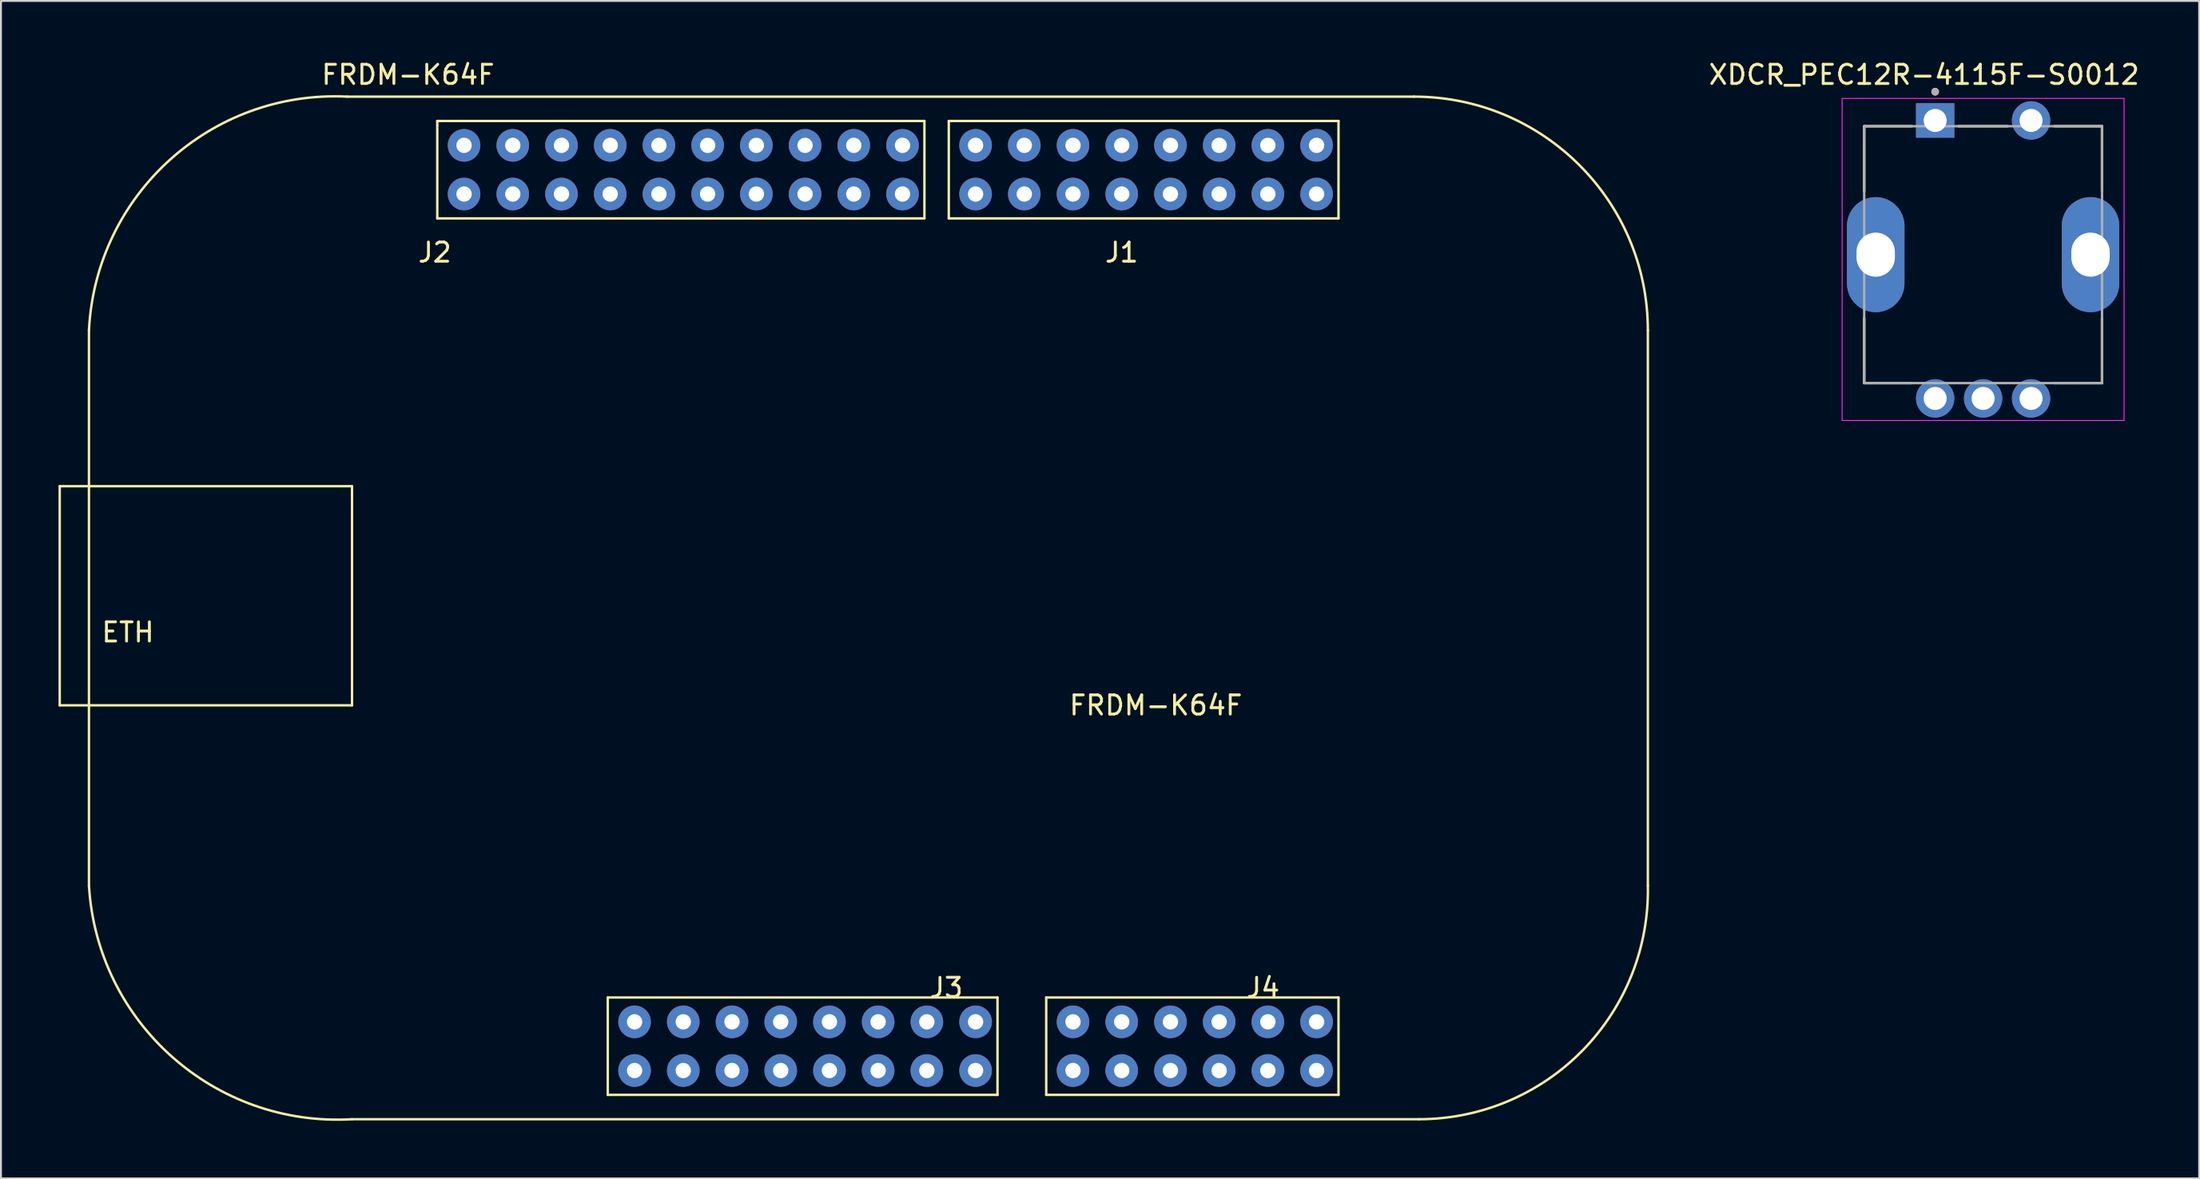
<source format=kicad_pcb>
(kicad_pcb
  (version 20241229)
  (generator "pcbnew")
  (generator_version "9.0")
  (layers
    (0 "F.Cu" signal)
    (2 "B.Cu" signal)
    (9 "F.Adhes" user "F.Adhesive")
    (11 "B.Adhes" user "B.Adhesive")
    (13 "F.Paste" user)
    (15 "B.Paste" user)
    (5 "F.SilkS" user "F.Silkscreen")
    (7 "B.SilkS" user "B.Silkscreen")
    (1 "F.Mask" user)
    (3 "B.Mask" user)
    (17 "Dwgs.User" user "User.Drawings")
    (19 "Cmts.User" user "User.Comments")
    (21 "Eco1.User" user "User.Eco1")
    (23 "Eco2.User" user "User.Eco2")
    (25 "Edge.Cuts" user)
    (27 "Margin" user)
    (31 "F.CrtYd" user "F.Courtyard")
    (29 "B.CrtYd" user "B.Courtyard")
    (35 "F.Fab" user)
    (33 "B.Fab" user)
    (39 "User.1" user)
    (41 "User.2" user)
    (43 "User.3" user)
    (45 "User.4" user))
  (footprint "XDCR_PEC12R-4115F-S0012"
    (layer "F.Cu")
    (at 100.348 10.233)
    (property "Reference" "XDCR_PEC12R-4115F-S0012" (at -3.075 -9.385 0) (layer "F.SilkS") (effects (font (size 1 1) (thickness 0.15))))
    (attr through_hole)
    (fp_line (start -6.2 -6.7) (end -3.72 -6.7) (stroke (width 0.127) (type solid)) (layer "F.SilkS"))
    (fp_line (start -6.2 -3.32) (end -6.2 -6.7) (stroke (width 0.127) (type solid)) (layer "F.SilkS"))
    (fp_line (start -6.2 6.7) (end -6.2 3.32) (stroke (width 0.127) (type solid)) (layer "F.SilkS"))
    (fp_line (start -3.72 6.7) (end -6.2 6.7) (stroke (width 0.127) (type solid)) (layer "F.SilkS"))
    (fp_line (start -1.28 -6.7) (end 1.28 -6.7) (stroke (width 0.127) (type solid)) (layer "F.SilkS"))
    (fp_line (start 3.72 -6.7) (end 6.2 -6.7) (stroke (width 0.127) (type solid)) (layer "F.SilkS"))
    (fp_line (start 6.2 -6.7) (end 6.2 -3.32) (stroke (width 0.127) (type solid)) (layer "F.SilkS"))
    (fp_line (start 6.2 6.7) (end 3.72 6.7) (stroke (width 0.127) (type solid)) (layer "F.SilkS"))
    (fp_line (start 6.2 6.7) (end 6.2 3.32) (stroke (width 0.127) (type solid)) (layer "F.SilkS"))
    (fp_circle (center -2.5 -8.5) (end -2.4 -8.5) (stroke (width 0.2) (type solid)) (fill no) (layer "F.SilkS"))
    (fp_line (start -7.35 -8.15) (end -7.35 8.65) (stroke (width 0.05) (type solid)) (layer "F.CrtYd"))
    (fp_line (start -7.35 8.65) (end 7.35 8.65) (stroke (width 0.05) (type solid)) (layer "F.CrtYd"))
    (fp_line (start 7.35 -8.15) (end -7.35 -8.15) (stroke (width 0.05) (type solid)) (layer "F.CrtYd"))
    (fp_line (start 7.35 8.65) (end 7.35 -8.15) (stroke (width 0.05) (type solid)) (layer "F.CrtYd"))
    (fp_line (start -6.2 -6.7) (end 6.2 -6.7) (stroke (width 0.127) (type solid)) (layer "F.Fab"))
    (fp_line (start -6.2 6.7) (end -6.2 -6.7) (stroke (width 0.127) (type solid)) (layer "F.Fab"))
    (fp_line (start 6.2 -6.7) (end 6.2 6.7) (stroke (width 0.127) (type solid)) (layer "F.Fab"))
    (fp_line (start 6.2 6.7) (end -6.2 6.7) (stroke (width 0.127) (type solid)) (layer "F.Fab"))
    (fp_circle (center -2.5 -8.5) (end -2.4 -8.5) (stroke (width 0.2) (type solid)) (fill no) (layer "F.Fab"))
    (pad "A" thru_hole circle (at -2.5 7.5) (size 2 2) (drill 1.2) (layers "*.Cu" "*.Mask"))
    (pad "B" thru_hole circle (at 2.5 7.5) (size 2 2) (drill 1.2) (layers "*.Cu" "*.Mask"))
    (pad "C" thru_hole circle (at 0 7.5) (size 2 2) (drill 1.2) (layers "*.Cu" "*.Mask"))
    (pad "S1" thru_hole rect (at -2.5 -7) (size 2 1.8) (drill 1.2) (layers "*.Cu" "*.Mask"))
    (pad "S2" thru_hole circle (at 2.5 -7) (size 2 2) (drill 1.2) (layers "*.Cu" "*.Mask"))
    (pad "SH1" thru_hole oval (at -5.6 0) (size 3 6) (drill oval 2 2.3) (layers "*.Cu" "*.Mask"))
    (pad "SH2" thru_hole oval (at 5.6 0) (size 3 6) (drill oval 2 2.3) (layers "*.Cu" "*.Mask")))
  (footprint "FRDM-K64F"
    (layer "F.Cu")
    (at 41.974 28.661)
    (property "Reference" "FRDM-K64F" (at -23.749 -27.813 0) (layer "F.SilkS") (effects (font (size 1 1) (thickness 0.15))))
    (attr through_hole)
    (fp_line (start -41.91 -6.35) (end -41.91 5.08) (stroke (width 0.127) (type solid)) (layer "F.SilkS"))
    (fp_line (start -41.91 5.08) (end -26.67 5.08) (stroke (width 0.127) (type solid)) (layer "F.SilkS"))
    (fp_line (start -40.386 -14.478) (end -40.386 14.478) (stroke (width 0.127) (type solid)) (layer "F.SilkS"))
    (fp_line (start -26.67 -6.35) (end -41.91 -6.35) (stroke (width 0.127) (type solid)) (layer "F.SilkS"))
    (fp_line (start -26.67 5.08) (end -26.67 -6.35) (stroke (width 0.127) (type solid)) (layer "F.SilkS"))
    (fp_line (start -26.67 26.67) (end 28.956 26.67) (stroke (width 0.127) (type solid)) (layer "F.SilkS"))
    (fp_line (start -22.225 -25.4) (end 3.175 -25.4) (stroke (width 0.127) (type solid)) (layer "F.SilkS"))
    (fp_line (start -22.225 -20.32) (end -22.225 -25.4) (stroke (width 0.127) (type solid)) (layer "F.SilkS"))
    (fp_line (start -13.335 20.32) (end 6.985 20.32) (stroke (width 0.127) (type solid)) (layer "F.SilkS"))
    (fp_line (start -13.335 25.4) (end -13.335 20.32) (stroke (width 0.127) (type solid)) (layer "F.SilkS"))
    (fp_line (start 3.175 -25.4) (end 3.175 -20.32) (stroke (width 0.127) (type solid)) (layer "F.SilkS"))
    (fp_line (start 3.175 -20.32) (end -22.225 -20.32) (stroke (width 0.127) (type solid)) (layer "F.SilkS"))
    (fp_line (start 4.445 -25.4) (end 24.765 -25.4) (stroke (width 0.127) (type solid)) (layer "F.SilkS"))
    (fp_line (start 4.445 -20.32) (end 4.445 -25.4) (stroke (width 0.127) (type solid)) (layer "F.SilkS"))
    (fp_line (start 6.985 20.32) (end 6.985 25.4) (stroke (width 0.127) (type solid)) (layer "F.SilkS"))
    (fp_line (start 6.985 25.4) (end -13.335 25.4) (stroke (width 0.127) (type solid)) (layer "F.SilkS"))
    (fp_line (start 9.525 20.32) (end 24.765 20.32) (stroke (width 0.127) (type solid)) (layer "F.SilkS"))
    (fp_line (start 9.525 25.4) (end 9.525 20.32) (stroke (width 0.127) (type solid)) (layer "F.SilkS"))
    (fp_line (start 24.765 -25.4) (end 24.765 -20.32) (stroke (width 0.127) (type solid)) (layer "F.SilkS"))
    (fp_line (start 24.765 -20.32) (end 4.445 -20.32) (stroke (width 0.127) (type solid)) (layer "F.SilkS"))
    (fp_line (start 24.765 20.32) (end 24.765 25.4) (stroke (width 0.127) (type solid)) (layer "F.SilkS"))
    (fp_line (start 24.765 25.4) (end 9.525 25.4) (stroke (width 0.127) (type solid)) (layer "F.SilkS"))
    (fp_line (start 28.702 -26.67) (end -26.924 -26.67) (stroke (width 0.127) (type solid)) (layer "F.SilkS"))
    (fp_line (start 40.894 14.478) (end 40.894 -14.478) (stroke (width 0.127) (type solid)) (layer "F.SilkS"))
    (fp_arc (start -40.386 -14.478) (mid -36.180046 -23.362071) (end -26.924 -26.67) (stroke (width 0.127) (type solid)) (layer "F.SilkS"))
    (fp_arc (start -26.67 26.67) (mid -36.053046 23.414677) (end -40.386 14.478) (stroke (width 0.127) (type solid)) (layer "F.SilkS"))
    (fp_arc (start 28.702 -26.67) (mid 37.323046 -23.099046) (end 40.894 -14.478) (stroke (width 0.127) (type solid)) (layer "F.SilkS"))
    (fp_arc (start 40.894 14.478) (mid 37.487717 23.083327) (end 28.956 26.67) (stroke (width 0.127) (type solid)) (layer "F.SilkS"))
    (fp_text user "ETH" (at -38.354 1.27 0) (layer "F.SilkS") (effects (font (size 1 1) (thickness 0.15))))
    (fp_text user "FRDM-K64F" (at 15.24 5.08 0) (layer "F.SilkS") (effects (font (size 1 1) (thickness 0.15))))
    (fp_text user "J2" (at -22.352 -18.542 0) (layer "F.SilkS") (effects (font (size 1 1) (thickness 0.15))))
    (fp_text user "J4" (at 20.828 19.812 0) (layer "F.SilkS") (effects (font (size 1 1) (thickness 0.15))))
    (fp_text user "J1" (at 13.462 -18.542 0) (layer "F.SilkS") (effects (font (size 1 1) (thickness 0.15))))
    (fp_text user "J3" (at 4.318 19.812 0) (layer "F.SilkS") (effects (font (size 1 1) (thickness 0.15))))
    (pad "J1-1" thru_hole circle (at 23.622 -21.59) (size 1.7 1.7) (drill 0.8) (layers "*.Cu" "*.Mask"))
    (pad "J1-2" thru_hole circle (at 23.622 -24.13) (size 1.7 1.7) (drill 0.8) (layers "*.Cu" "*.Mask"))
    (pad "J1-3" thru_hole circle (at 21.082 -21.59) (size 1.7 1.7) (drill 0.8) (layers "*.Cu" "*.Mask"))
    (pad "J1-4" thru_hole circle (at 21.082 -24.13) (size 1.7 1.7) (drill 0.8) (layers "*.Cu" "*.Mask"))
    (pad "J1-5" thru_hole circle (at 18.542 -21.59) (size 1.7 1.7) (drill 0.8) (layers "*.Cu" "*.Mask"))
    (pad "J1-6" thru_hole circle (at 18.542 -24.13) (size 1.7 1.7) (drill 0.8) (layers "*.Cu" "*.Mask"))
    (pad "J1-7" thru_hole circle (at 16.002 -21.59) (size 1.7 1.7) (drill 0.8) (layers "*.Cu" "*.Mask"))
    (pad "J1-8" thru_hole circle (at 16.002 -24.13) (size 1.7 1.7) (drill 0.8) (layers "*.Cu" "*.Mask"))
    (pad "J1-9" thru_hole circle (at 13.462 -21.59) (size 1.7 1.7) (drill 0.8) (layers "*.Cu" "*.Mask"))
    (pad "J1-10" thru_hole circle (at 13.462 -24.13) (size 1.7 1.7) (drill 0.8) (layers "*.Cu" "*.Mask"))
    (pad "J1-11" thru_hole circle (at 10.922 -21.59) (size 1.7 1.7) (drill 0.8) (layers "*.Cu" "*.Mask"))
    (pad "J1-12" thru_hole circle (at 10.922 -24.13) (size 1.7 1.7) (drill 0.8) (layers "*.Cu" "*.Mask"))
    (pad "J1-13" thru_hole circle (at 8.382 -21.59) (size 1.7 1.7) (drill 0.8) (layers "*.Cu" "*.Mask"))
    (pad "J1-14" thru_hole circle (at 8.382 -24.13) (size 1.7 1.7) (drill 0.8) (layers "*.Cu" "*.Mask"))
    (pad "J1-15" thru_hole circle (at 5.842 -21.59) (size 1.7 1.7) (drill 0.8) (layers "*.Cu" "*.Mask"))
    (pad "J1-16" thru_hole circle (at 5.842 -24.13) (size 1.7 1.7) (drill 0.8) (layers "*.Cu" "*.Mask"))
    (pad "J2-1" thru_hole circle (at 2.032 -21.59) (size 1.7 1.7) (drill 0.8) (layers "*.Cu" "*.Mask"))
    (pad "J2-2" thru_hole circle (at 2.032 -24.13) (size 1.7 1.7) (drill 0.8) (layers "*.Cu" "*.Mask"))
    (pad "J2-3" thru_hole circle (at -0.508 -21.59) (size 1.7 1.7) (drill 0.8) (layers "*.Cu" "*.Mask"))
    (pad "J2-4" thru_hole circle (at -0.508 -24.13) (size 1.7 1.7) (drill 0.8) (layers "*.Cu" "*.Mask"))
    (pad "J2-5" thru_hole circle (at -3.048 -21.59) (size 1.7 1.7) (drill 0.8) (layers "*.Cu" "*.Mask"))
    (pad "J2-6" thru_hole circle (at -3.048 -24.13) (size 1.7 1.7) (drill 0.8) (layers "*.Cu" "*.Mask"))
    (pad "J2-7" thru_hole circle (at -5.588 -21.59) (size 1.7 1.7) (drill 0.8) (layers "*.Cu" "*.Mask"))
    (pad "J2-8" thru_hole circle (at -5.588 -24.13) (size 1.7 1.7) (drill 0.8) (layers "*.Cu" "*.Mask"))
    (pad "J2-9" thru_hole circle (at -8.128 -21.59) (size 1.7 1.7) (drill 0.8) (layers "*.Cu" "*.Mask"))
    (pad "J2-10" thru_hole circle (at -8.128 -24.13) (size 1.7 1.7) (drill 0.8) (layers "*.Cu" "*.Mask"))
    (pad "J2-11" thru_hole circle (at -10.668 -21.59) (size 1.7 1.7) (drill 0.8) (layers "*.Cu" "*.Mask"))
    (pad "J2-12" thru_hole circle (at -10.668 -24.13) (size 1.7 1.7) (drill 0.8) (layers "*.Cu" "*.Mask"))
    (pad "J2-13" thru_hole circle (at -13.208 -21.59) (size 1.7 1.7) (drill 0.8) (layers "*.Cu" "*.Mask"))
    (pad "J2-14" thru_hole circle (at -13.208 -24.13) (size 1.7 1.7) (drill 0.8) (layers "*.Cu" "*.Mask"))
    (pad "J2-15" thru_hole circle (at -15.748 -21.59) (size 1.7 1.7) (drill 0.8) (layers "*.Cu" "*.Mask"))
    (pad "J2-16" thru_hole circle (at -15.748 -24.13) (size 1.7 1.7) (drill 0.8) (layers "*.Cu" "*.Mask"))
    (pad "J2-17" thru_hole circle (at -18.288 -21.59) (size 1.7 1.7) (drill 0.8) (layers "*.Cu" "*.Mask"))
    (pad "J2-18" thru_hole circle (at -18.288 -24.13) (size 1.7 1.7) (drill 0.8) (layers "*.Cu" "*.Mask"))
    (pad "J2-19" thru_hole circle (at -20.828 -21.59) (size 1.7 1.7) (drill 0.8) (layers "*.Cu" "*.Mask"))
    (pad "J2-20" thru_hole circle (at -20.828 -24.13) (size 1.7 1.7) (drill 0.8) (layers "*.Cu" "*.Mask"))
    (pad "J3-1" thru_hole circle (at -11.938 21.59) (size 1.7 1.7) (drill 0.8) (layers "*.Cu" "*.Mask"))
    (pad "J3-2" thru_hole circle (at -11.938 24.13) (size 1.7 1.7) (drill 0.8) (layers "*.Cu" "*.Mask"))
    (pad "J3-3" thru_hole circle (at -9.398 21.59) (size 1.7 1.7) (drill 0.8) (layers "*.Cu" "*.Mask"))
    (pad "J3-4" thru_hole circle (at -9.398 24.13) (size 1.7 1.7) (drill 0.8) (layers "*.Cu" "*.Mask"))
    (pad "J3-5" thru_hole circle (at -6.858 21.59) (size 1.7 1.7) (drill 0.8) (layers "*.Cu" "*.Mask"))
    (pad "J3-6" thru_hole circle (at -6.858 24.13) (size 1.7 1.7) (drill 0.8) (layers "*.Cu" "*.Mask"))
    (pad "J3-7" thru_hole circle (at -4.318 21.59) (size 1.7 1.7) (drill 0.8) (layers "*.Cu" "*.Mask"))
    (pad "J3-8" thru_hole circle (at -4.318 24.13) (size 1.7 1.7) (drill 0.8) (layers "*.Cu" "*.Mask"))
    (pad "J3-9" thru_hole circle (at -1.778 21.59) (size 1.7 1.7) (drill 0.8) (layers "*.Cu" "*.Mask"))
    (pad "J3-10" thru_hole circle (at -1.778 24.13) (size 1.7 1.7) (drill 0.8) (layers "*.Cu" "*.Mask"))
    (pad "J3-11" thru_hole circle (at 0.762 21.59) (size 1.7 1.7) (drill 0.8) (layers "*.Cu" "*.Mask"))
    (pad "J3-12" thru_hole circle (at 0.762 24.13) (size 1.7 1.7) (drill 0.8) (layers "*.Cu" "*.Mask"))
    (pad "J3-13" thru_hole circle (at 3.302 21.59) (size 1.7 1.7) (drill 0.8) (layers "*.Cu" "*.Mask"))
    (pad "J3-14" thru_hole circle (at 3.302 24.13) (size 1.7 1.7) (drill 0.8) (layers "*.Cu" "*.Mask"))
    (pad "J3-15" thru_hole circle (at 5.842 21.59) (size 1.7 1.7) (drill 0.8) (layers "*.Cu" "*.Mask"))
    (pad "J3-16" thru_hole circle (at 5.842 24.13) (size 1.7 1.7) (drill 0.8) (layers "*.Cu" "*.Mask"))
    (pad "J4-1" thru_hole circle (at 10.922 21.59) (size 1.7 1.7) (drill 0.8) (layers "*.Cu" "*.Mask"))
    (pad "J4-2" thru_hole circle (at 10.922 24.13) (size 1.7 1.7) (drill 0.8) (layers "*.Cu" "*.Mask"))
    (pad "J4-3" thru_hole circle (at 13.462 21.59) (size 1.7 1.7) (drill 0.8) (layers "*.Cu" "*.Mask"))
    (pad "J4-4" thru_hole circle (at 13.462 24.13) (size 1.7 1.7) (drill 0.8) (layers "*.Cu" "*.Mask"))
    (pad "J4-5" thru_hole circle (at 16.002 21.59) (size 1.7 1.7) (drill 0.8) (layers "*.Cu" "*.Mask"))
    (pad "J4-6" thru_hole circle (at 16.002 24.13) (size 1.7 1.7) (drill 0.8) (layers "*.Cu" "*.Mask"))
    (pad "J4-7" thru_hole circle (at 18.542 21.59) (size 1.7 1.7) (drill 0.8) (layers "*.Cu" "*.Mask"))
    (pad "J4-8" thru_hole circle (at 18.542 24.13) (size 1.7 1.7) (drill 0.8) (layers "*.Cu" "*.Mask"))
    (pad "J4-9" thru_hole circle (at 21.082 21.59) (size 1.7 1.7) (drill 0.8) (layers "*.Cu" "*.Mask"))
    (pad "J4-10" thru_hole circle (at 21.082 24.13) (size 1.7 1.7) (drill 0.8) (layers "*.Cu" "*.Mask"))
    (pad "J4-11" thru_hole circle (at 23.622 21.59) (size 1.7 1.7) (drill 0.8) (layers "*.Cu" "*.Mask"))
    (pad "J4-12" thru_hole circle (at 23.622 24.13) (size 1.7 1.7) (drill 0.8) (layers "*.Cu" "*.Mask")))
  (gr_rect
    (start -3 -3)
    (end 111.612 58.417)
    (stroke (width 0.1) (type default))
    (fill no)
    (layer "Edge.Cuts")))
</source>
